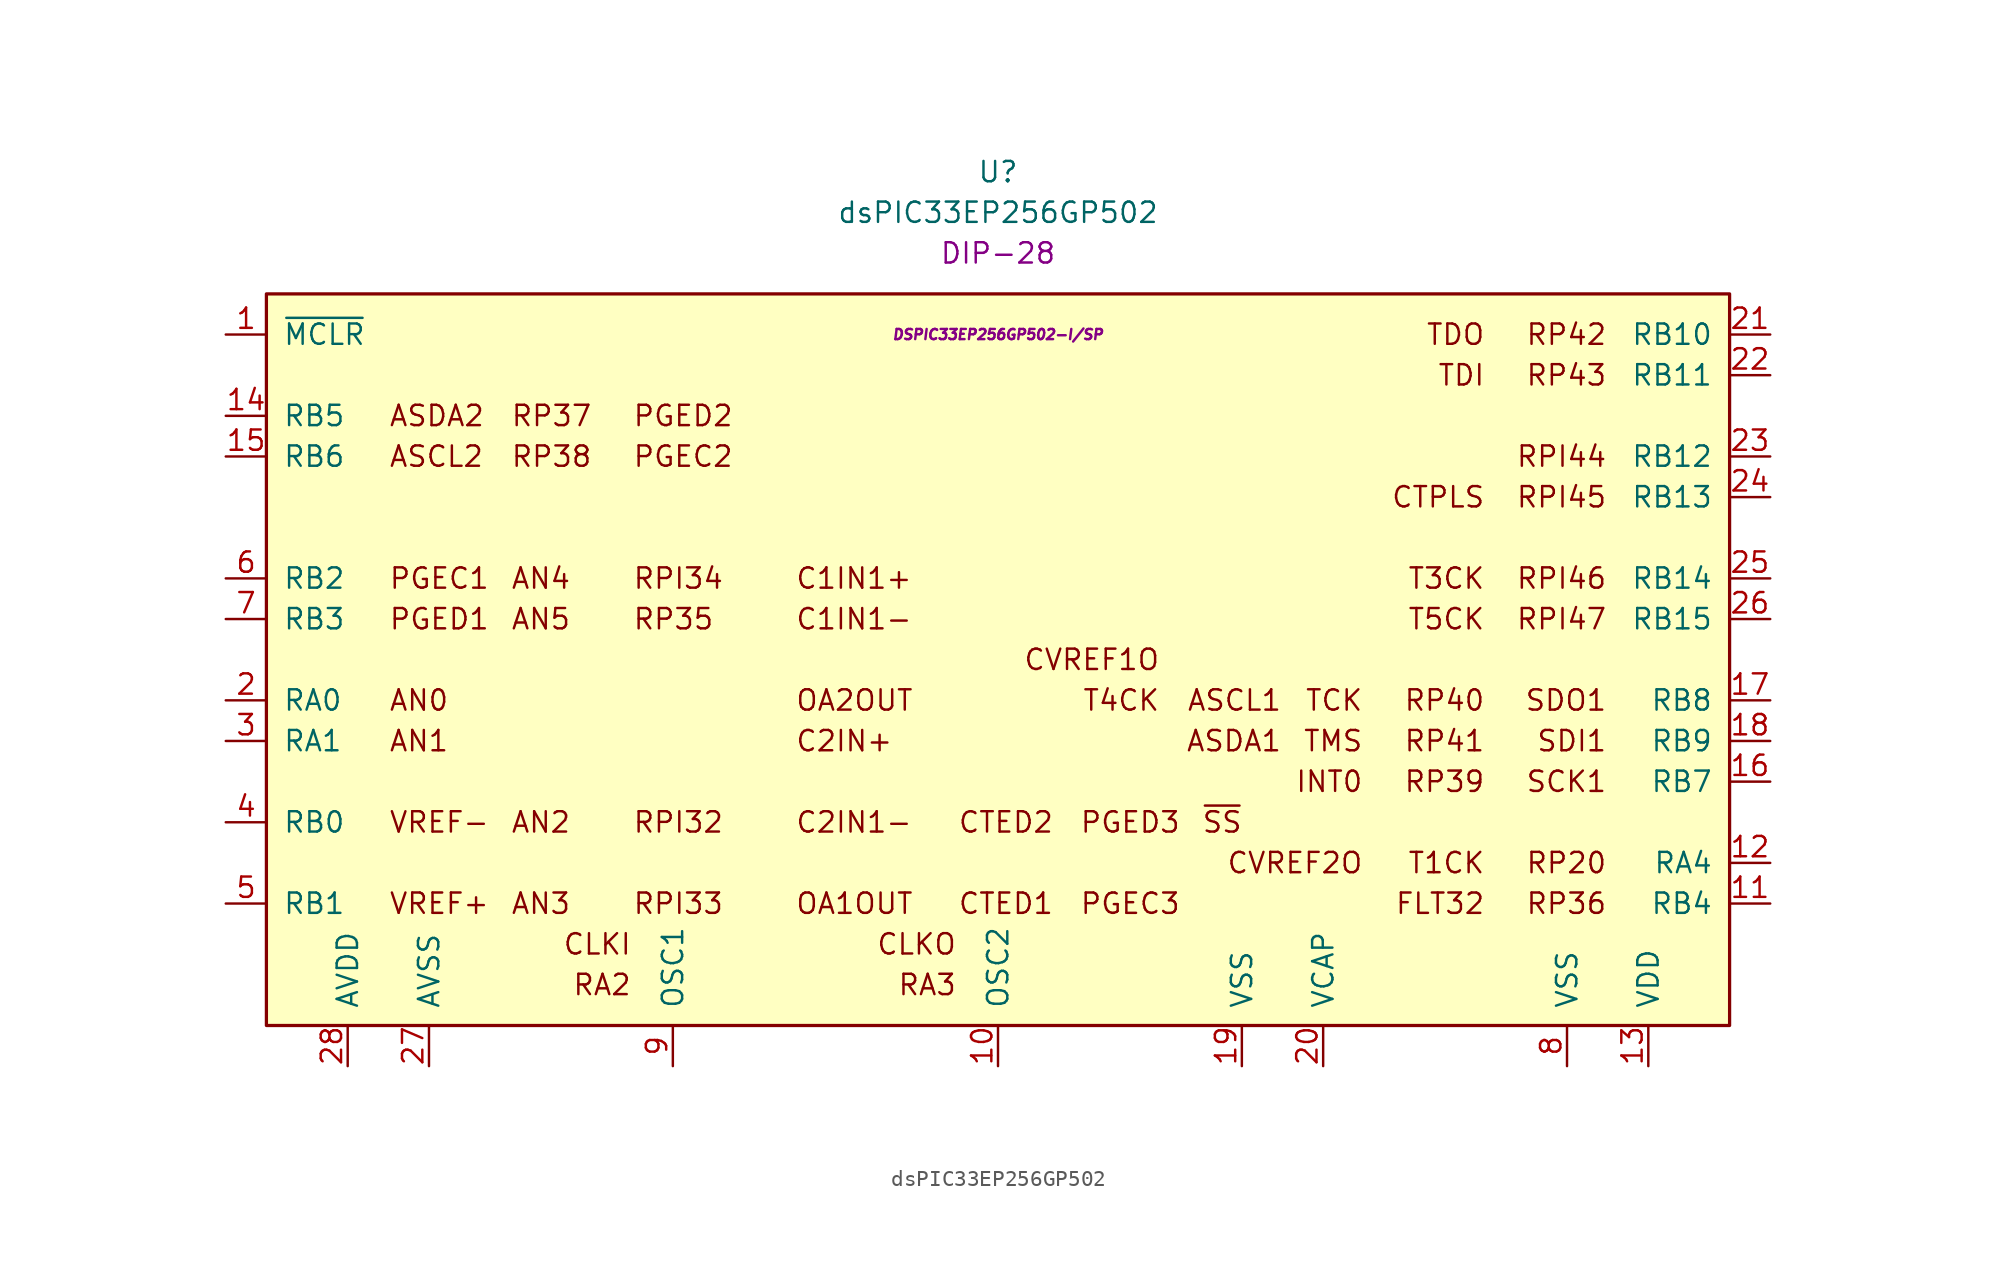
<source format=kicad_sym>
(kicad_symbol_lib
  (version 20231120)
  (generator "kicad_symbol_editor")
  (generator_version "8.0")
  (symbol "dsPIC33EP256GP502"
    (pin_names
      (offset 1.016))
    (property "Reference" "U"
      (at 0 30.48 0)
      (effects (font (size 1.27 1.27))))
    (property "Value" "dsPIC33EP256GP502"
      (at 0 27.94 0)
      (effects (font (size 1.27 1.27))))
    (property "Package" "DIP-28"
      (at 0 25.4 0)
      (effects (font (size 1.27 1.27))))
    (property "MPN" "DSPIC33EP256GP502-I/SP"
      (at 0 20.32 0)
      (effects (font (size 0.635 0.635) (italic yes))))
    (symbol "dsPIC33EP256GP502_0_0"
      (rectangle (start -45.72 22.86) (end 45.72 -22.86) (stroke (width 0.203) (type default)) (fill (type background)))
      (text "AN0" (at -38.1 -2.54 0) (effects (font (size 1.27 1.27)) (justify left)))
      (text "AN1" (at -38.1 -5.08 0) (effects (font (size 1.27 1.27)) (justify left)))
      (text "AN2" (at -30.48 -10.16 0) (effects (font (size 1.27 1.27)) (justify left)))
      (text "AN3" (at -30.48 -15.24 0) (effects (font (size 1.27 1.27)) (justify left)))
      (text "AN4" (at -30.48 5.08 0) (effects (font (size 1.27 1.27)) (justify left)))
      (text "AN5" (at -30.48 2.54 0) (effects (font (size 1.27 1.27)) (justify left)))
      (text "ASCL1" (at 17.78 -2.54 0) (effects (font (size 1.27 1.27)) (justify right)))
      (text "ASCL2" (at -38.1 12.7 0) (effects (font (size 1.27 1.27)) (justify left)))
      (text "ASDA1" (at 17.78 -5.08 0) (effects (font (size 1.27 1.27)) (justify right)))
      (text "ASDA2" (at -38.1 15.24 0) (effects (font (size 1.27 1.27)) (justify left)))
      (text "C1IN1+" (at -12.7 5.08 0) (effects (font (size 1.27 1.27)) (justify left)))
      (text "C1IN1-" (at -12.7 2.54 0) (effects (font (size 1.27 1.27)) (justify left)))
      (text "C2IN+" (at -12.7 -5.08 0) (effects (font (size 1.27 1.27)) (justify left)))
      (text "C2IN1-" (at -12.7 -10.16 0) (effects (font (size 1.27 1.27)) (justify left)))
      (text "CLKI" (at -22.86 -17.78 0) (effects (font (size 1.27 1.27)) (justify right)))
      (text "CLKO" (at -2.54 -17.78 0) (effects (font (size 1.27 1.27)) (justify right)))
      (text "CTED1" (at -2.54 -15.24 0) (effects (font (size 1.27 1.27)) (justify left)))
      (text "CTED2" (at -2.54 -10.16 0) (effects (font (size 1.27 1.27)) (justify left)))
      (text "CTPLS" (at 30.48 10.16 0) (effects (font (size 1.27 1.27)) (justify right)))
      (text "CVREF1O" (at 10.16 0 0) (effects (font (size 1.27 1.27)) (justify right)))
      (text "CVREF2O" (at 22.86 -12.7 0) (effects (font (size 1.27 1.27)) (justify right)))
      (text "FLT32" (at 30.48 -15.24 0) (effects (font (size 1.27 1.27)) (justify right)))
      (text "INT0" (at 22.86 -7.62 0) (effects (font (size 1.27 1.27)) (justify right)))
      (text "OA1OUT" (at -12.7 -15.24 0) (effects (font (size 1.27 1.27)) (justify left)))
      (text "OA2OUT" (at -12.7 -2.54 0) (effects (font (size 1.27 1.27)) (justify left)))
      (text "PGEC1" (at -38.1 5.08 0) (effects (font (size 1.27 1.27)) (justify left)))
      (text "PGEC2" (at -22.86 12.7 0) (effects (font (size 1.27 1.27)) (justify left)))
      (text "PGEC3" (at 5.08 -15.24 0) (effects (font (size 1.27 1.27)) (justify left)))
      (text "PGED1" (at -38.1 2.54 0) (effects (font (size 1.27 1.27)) (justify left)))
      (text "PGED2" (at -22.86 15.24 0) (effects (font (size 1.27 1.27)) (justify left)))
      (text "PGED3" (at 5.08 -10.16 0) (effects (font (size 1.27 1.27)) (justify left)))
      (text "RA2" (at -22.86 -20.32 0) (effects (font (size 1.27 1.27)) (justify right)))
      (text "RA3" (at -2.54 -20.32 0) (effects (font (size 1.27 1.27)) (justify right)))
      (text "RP20" (at 38.1 -12.7 0) (effects (font (size 1.27 1.27)) (justify right)))
      (text "RP35" (at -22.86 2.54 0) (effects (font (size 1.27 1.27)) (justify left)))
      (text "RP36" (at 38.1 -15.24 0) (effects (font (size 1.27 1.27)) (justify right)))
      (text "RP37" (at -30.48 15.24 0) (effects (font (size 1.27 1.27)) (justify left)))
      (text "RP38" (at -30.48 12.7 0) (effects (font (size 1.27 1.27)) (justify left)))
      (text "RP39" (at 30.48 -7.62 0) (effects (font (size 1.27 1.27)) (justify right)))
      (text "RP40" (at 30.48 -2.54 0) (effects (font (size 1.27 1.27)) (justify right)))
      (text "RP41" (at 30.48 -5.08 0) (effects (font (size 1.27 1.27)) (justify right)))
      (text "RP42" (at 38.1 20.32 0) (effects (font (size 1.27 1.27)) (justify right)))
      (text "RP43" (at 38.1 17.78 0) (effects (font (size 1.27 1.27)) (justify right)))
      (text "RPI32" (at -22.86 -10.16 0) (effects (font (size 1.27 1.27)) (justify left)))
      (text "RPI33" (at -22.86 -15.24 0) (effects (font (size 1.27 1.27)) (justify left)))
      (text "RPI34" (at -22.86 5.08 0) (effects (font (size 1.27 1.27)) (justify left)))
      (text "RPI44" (at 38.1 12.7 0) (effects (font (size 1.27 1.27)) (justify right)))
      (text "RPI45" (at 38.1 10.16 0) (effects (font (size 1.27 1.27)) (justify right)))
      (text "RPI46" (at 38.1 5.08 0) (effects (font (size 1.27 1.27)) (justify right)))
      (text "RPI47" (at 38.1 2.54 0) (effects (font (size 1.27 1.27)) (justify right)))
      (text "SCK1" (at 38.1 -7.62 0) (effects (font (size 1.27 1.27)) (justify right)))
      (text "SDI1" (at 38.1 -5.08 0) (effects (font (size 1.27 1.27)) (justify right)))
      (text "SDO1" (at 38.1 -2.54 0) (effects (font (size 1.27 1.27)) (justify right)))
      (text "T1CK" (at 30.48 -12.7 0) (effects (font (size 1.27 1.27)) (justify right)))
      (text "T3CK" (at 30.48 5.08 0) (effects (font (size 1.27 1.27)) (justify right)))
      (text "T4CK" (at 10.16 -2.54 0) (effects (font (size 1.27 1.27)) (justify right)))
      (text "T5CK" (at 30.48 2.54 0) (effects (font (size 1.27 1.27)) (justify right)))
      (text "TCK" (at 22.86 -2.54 0) (effects (font (size 1.27 1.27)) (justify right)))
      (text "TDI" (at 30.48 17.78 0) (effects (font (size 1.27 1.27)) (justify right)))
      (text "TDO" (at 30.48 20.32 0) (effects (font (size 1.27 1.27)) (justify right)))
      (text "TMS" (at 22.86 -5.08 0) (effects (font (size 1.27 1.27)) (justify right)))
      (text "VREF+" (at -38.1 -15.24 0) (effects (font (size 1.27 1.27)) (justify left)))
      (text "VREF-" (at -38.1 -10.16 0) (effects (font (size 1.27 1.27)) (justify left)))
      (text "~{SS}" (at 12.7 -10.16 0) (effects (font (size 1.27 1.27)) (justify left))))
    (symbol "dsPIC33EP256GP502_1_1"
      (pin input line (at -48.26 20.32 0) (length 2.54) (name "~{MCLR}" (effects (font (size 1.27 1.27)))) (number "1" (effects (font (size 1.27 1.27)))))
      (pin bidirectional line (at 0 -25.4 90) (length 2.54) (name "OSC2" (effects (font (size 1.27 1.27)))) (number "10" (effects (font (size 1.27 1.27)))))
      (pin bidirectional line (at 48.26 -15.24 180) (length 2.54) (name "RB4" (effects (font (size 1.27 1.27)))) (number "11" (effects (font (size 1.27 1.27)))))
      (pin bidirectional line (at 48.26 -12.7 180) (length 2.54) (name "RA4" (effects (font (size 1.27 1.27)))) (number "12" (effects (font (size 1.27 1.27)))))
      (pin power_in line (at 40.64 -25.4 90) (length 2.54) (name "VDD" (effects (font (size 1.27 1.27)))) (number "13" (effects (font (size 1.27 1.27)))))
      (pin bidirectional line (at -48.26 15.24 0) (length 2.54) (name "RB5" (effects (font (size 1.27 1.27)))) (number "14" (effects (font (size 1.27 1.27)))))
      (pin bidirectional line (at -48.26 12.7 0) (length 2.54) (name "RB6" (effects (font (size 1.27 1.27)))) (number "15" (effects (font (size 1.27 1.27)))))
      (pin bidirectional line (at 48.26 -7.62 180) (length 2.54) (name "RB7" (effects (font (size 1.27 1.27)))) (number "16" (effects (font (size 1.27 1.27)))))
      (pin bidirectional line (at 48.26 -2.54 180) (length 2.54) (name "RB8" (effects (font (size 1.27 1.27)))) (number "17" (effects (font (size 1.27 1.27)))))
      (pin bidirectional line (at 48.26 -5.08 180) (length 2.54) (name "RB9" (effects (font (size 1.27 1.27)))) (number "18" (effects (font (size 1.27 1.27)))))
      (pin power_in line (at 15.24 -25.4 90) (length 2.54) (name "VSS" (effects (font (size 1.27 1.27)))) (number "19" (effects (font (size 1.27 1.27)))))
      (pin bidirectional line (at -48.26 -2.54 0) (length 2.54) (name "RA0" (effects (font (size 1.27 1.27)))) (number "2" (effects (font (size 1.27 1.27)))))
      (pin passive line (at 20.32 -25.4 90) (length 2.54) (name "VCAP" (effects (font (size 1.27 1.27)))) (number "20" (effects (font (size 1.27 1.27)))))
      (pin bidirectional line (at 48.26 20.32 180) (length 2.54) (name "RB10" (effects (font (size 1.27 1.27)))) (number "21" (effects (font (size 1.27 1.27)))))
      (pin bidirectional line (at 48.26 17.78 180) (length 2.54) (name "RB11" (effects (font (size 1.27 1.27)))) (number "22" (effects (font (size 1.27 1.27)))))
      (pin bidirectional line (at 48.26 12.7 180) (length 2.54) (name "RB12" (effects (font (size 1.27 1.27)))) (number "23" (effects (font (size 1.27 1.27)))))
      (pin bidirectional line (at 48.26 10.16 180) (length 2.54) (name "RB13" (effects (font (size 1.27 1.27)))) (number "24" (effects (font (size 1.27 1.27)))))
      (pin bidirectional line (at 48.26 5.08 180) (length 2.54) (name "RB14" (effects (font (size 1.27 1.27)))) (number "25" (effects (font (size 1.27 1.27)))))
      (pin bidirectional line (at 48.26 2.54 180) (length 2.54) (name "RB15" (effects (font (size 1.27 1.27)))) (number "26" (effects (font (size 1.27 1.27)))))
      (pin power_in line (at -35.56 -25.4 90) (length 2.54) (name "AVSS" (effects (font (size 1.27 1.27)))) (number "27" (effects (font (size 1.27 1.27)))))
      (pin power_in line (at -40.64 -25.4 90) (length 2.54) (name "AVDD" (effects (font (size 1.27 1.27)))) (number "28" (effects (font (size 1.27 1.27)))))
      (pin bidirectional line (at -48.26 -5.08 0) (length 2.54) (name "RA1" (effects (font (size 1.27 1.27)))) (number "3" (effects (font (size 1.27 1.27)))))
      (pin bidirectional line (at -48.26 -10.16 0) (length 2.54) (name "RB0" (effects (font (size 1.27 1.27)))) (number "4" (effects (font (size 1.27 1.27)))))
      (pin bidirectional line (at -48.26 -15.24 0) (length 2.54) (name "RB1" (effects (font (size 1.27 1.27)))) (number "5" (effects (font (size 1.27 1.27)))))
      (pin bidirectional line (at -48.26 5.08 0) (length 2.54) (name "RB2" (effects (font (size 1.27 1.27)))) (number "6" (effects (font (size 1.27 1.27)))))
      (pin bidirectional line (at -48.26 2.54 0) (length 2.54) (name "RB3" (effects (font (size 1.27 1.27)))) (number "7" (effects (font (size 1.27 1.27)))))
      (pin power_in line (at 35.56 -25.4 90) (length 2.54) (name "VSS" (effects (font (size 1.27 1.27)))) (number "8" (effects (font (size 1.27 1.27)))))
      (pin bidirectional line (at -20.32 -25.4 90) (length 2.54) (name "OSC1" (effects (font (size 1.27 1.27)))) (number "9" (effects (font (size 1.27 1.27))))))))
</source>
